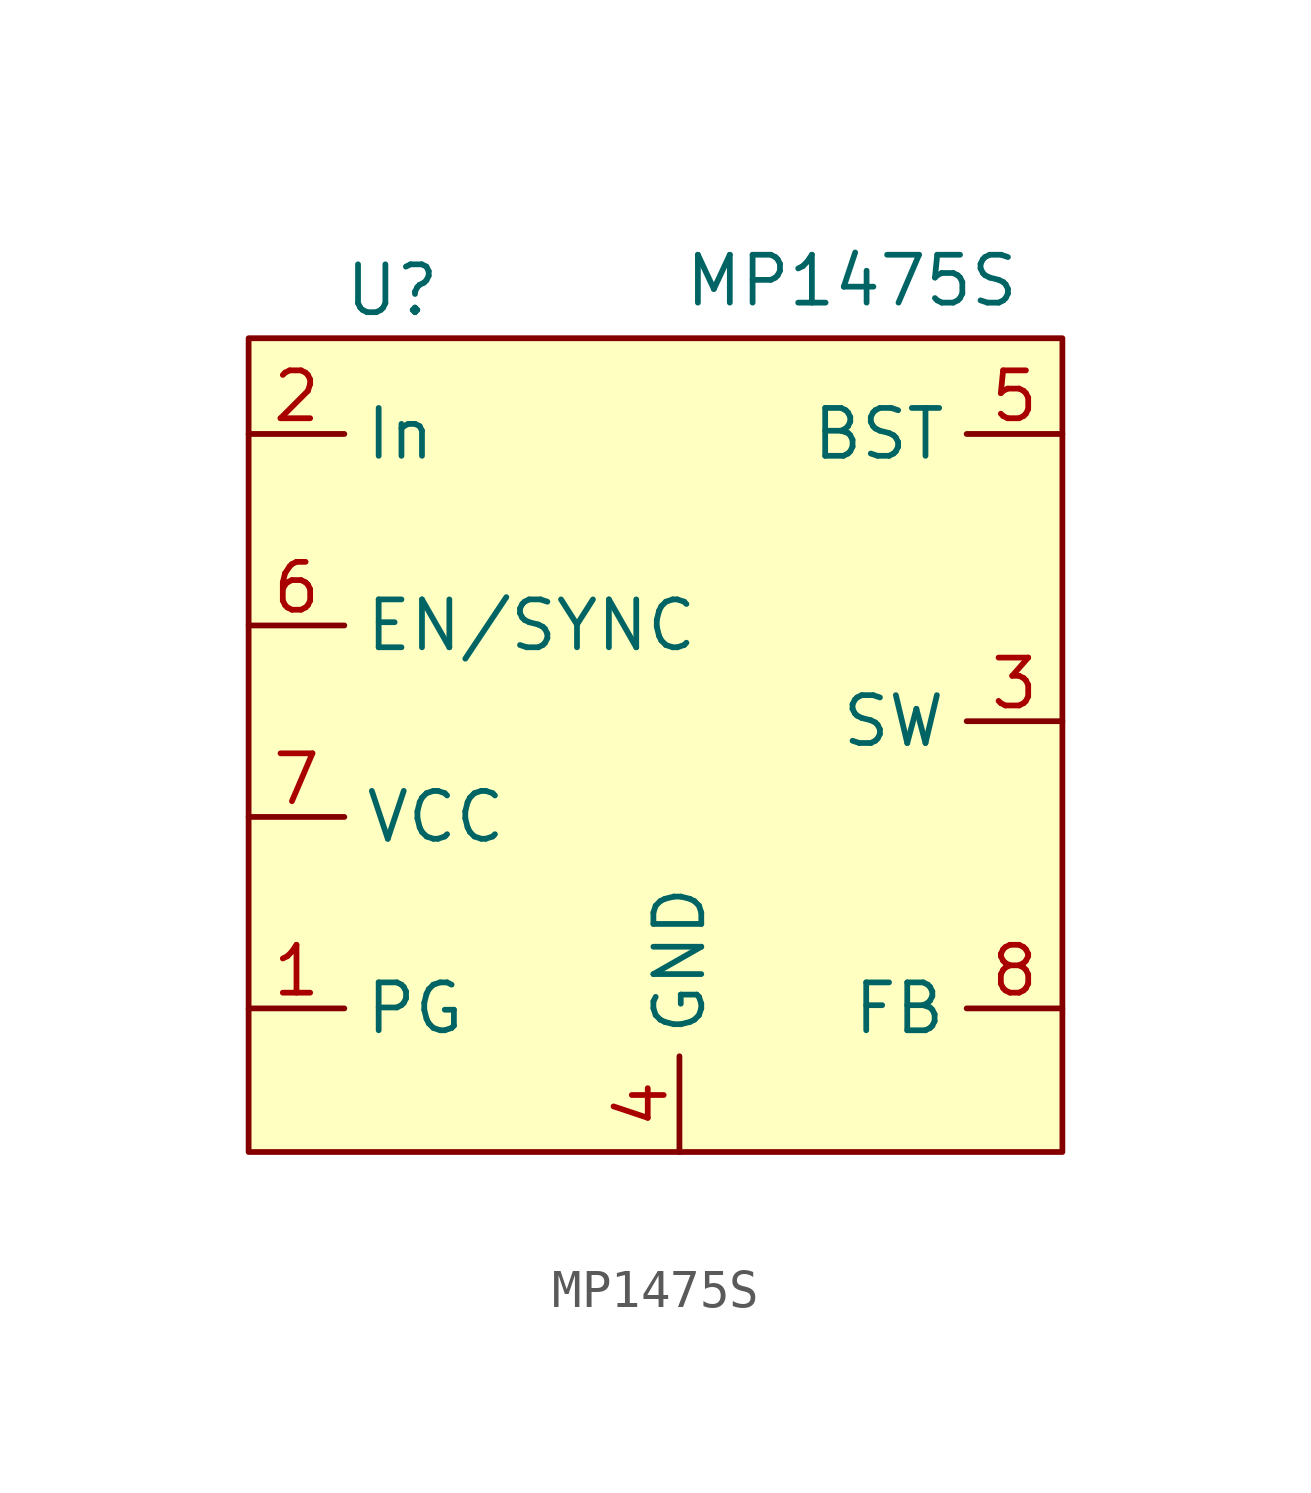
<source format=kicad_sym>
(kicad_symbol_lib
  (version 20231120)
  (generator "kicad_symbol_editor")
  (generator_version "8.0")
  (symbol "MP1475S"
    (property "Reference" "U"
      (at -8.89 0 0)
      (effects (font (size 1.27 1.27))))
    (property "Value" "MP1475S"
      (at 3.302 0.254 0)
      (effects (font (size 1.27 1.27))))
    (symbol "MP1475S_1_1"
      (rectangle (start -12.7 -1.27) (end 8.89 -22.86) (stroke (width 0) (type default)) (fill (type background)))
      (pin output line (at -12.7 -19.05 0) (length 2.54) (name "PG" (effects (font (size 1.27 1.27)))) (number "1" (effects (font (size 1.27 1.27)))))
      (pin power_in line (at -12.7 -3.81 0) (length 2.54) (name "In" (effects (font (size 1.27 1.27)))) (number "2" (effects (font (size 1.27 1.27)))))
      (pin output line (at 8.89 -11.43 180) (length 2.54) (name "SW" (effects (font (size 1.27 1.27)))) (number "3" (effects (font (size 1.27 1.27)))))
      (pin power_in line (at -1.27 -22.86 90) (length 2.54) (name "GND" (effects (font (size 1.27 1.27)))) (number "4" (effects (font (size 1.27 1.27)))))
      (pin power_in line (at 8.89 -3.81 180) (length 2.54) (name "BST" (effects (font (size 1.27 1.27)))) (number "5" (effects (font (size 1.27 1.27)))))
      (pin input line (at -12.7 -8.89 0) (length 2.54) (name "EN/SYNC" (effects (font (size 1.27 1.27)))) (number "6" (effects (font (size 1.27 1.27)))))
      (pin power_in line (at -12.7 -13.97 0) (length 2.54) (name "VCC" (effects (font (size 1.27 1.27)))) (number "7" (effects (font (size 1.27 1.27)))))
      (pin input line (at 8.89 -19.05 180) (length 2.54) (name "FB" (effects (font (size 1.27 1.27)))) (number "8" (effects (font (size 1.27 1.27))))))))
</source>
